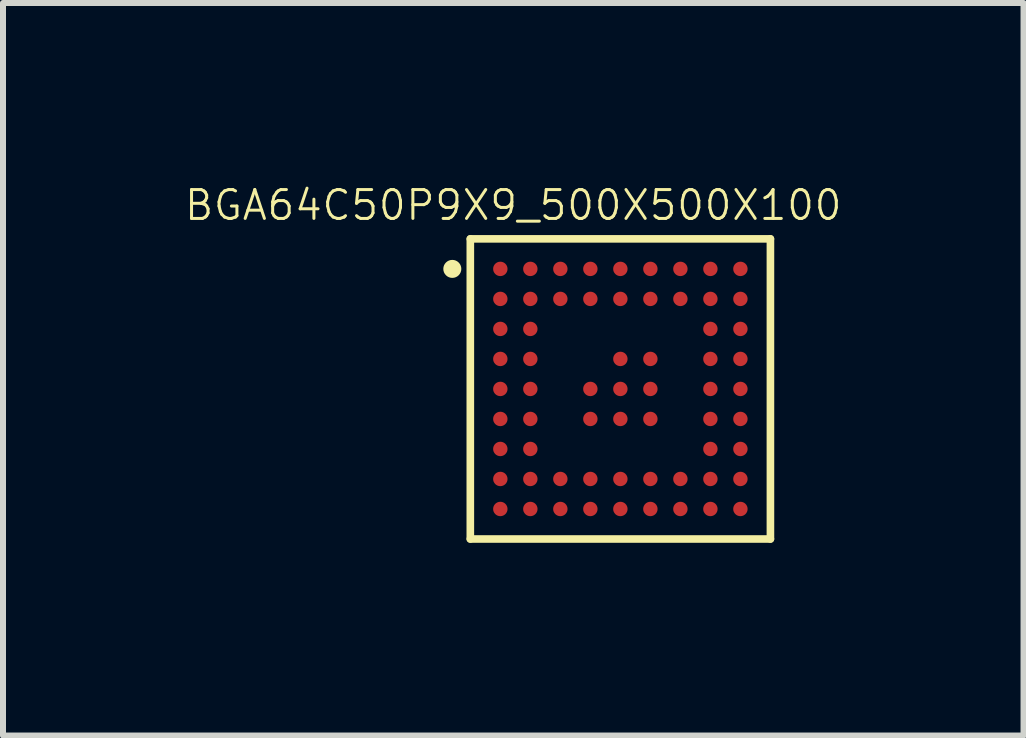
<source format=kicad_pcb>
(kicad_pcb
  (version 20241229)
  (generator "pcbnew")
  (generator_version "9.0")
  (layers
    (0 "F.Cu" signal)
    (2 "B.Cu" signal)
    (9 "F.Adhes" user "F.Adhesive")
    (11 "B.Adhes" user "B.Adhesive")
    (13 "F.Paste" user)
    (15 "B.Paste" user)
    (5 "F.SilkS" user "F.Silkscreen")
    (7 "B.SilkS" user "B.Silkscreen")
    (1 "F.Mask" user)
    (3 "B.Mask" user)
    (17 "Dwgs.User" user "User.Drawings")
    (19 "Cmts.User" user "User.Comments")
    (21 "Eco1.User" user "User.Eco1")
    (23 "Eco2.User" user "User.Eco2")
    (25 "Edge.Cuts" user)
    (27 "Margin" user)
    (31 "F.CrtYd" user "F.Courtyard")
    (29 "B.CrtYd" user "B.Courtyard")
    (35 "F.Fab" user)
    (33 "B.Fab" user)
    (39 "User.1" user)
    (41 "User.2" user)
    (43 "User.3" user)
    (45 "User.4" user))
  (footprint "BGA64C50P9X9_500X500X100"
    (layer "F.Cu")
    (at 7.286 3.43)
    (property "Reference" "BGA64C50P9X9_500X500X100" (at -1.785 -3.061 0) (layer "F.SilkS") (effects (font (size 0.481 0.481) (thickness 0.05))))
    (attr smd)
    (fp_line (start -2.5 -2.5) (end 2.5 -2.5) (stroke (width 0.127) (type solid)) (layer "F.SilkS"))
    (fp_line (start -2.5 2.5) (end -2.5 -2.5) (stroke (width 0.127) (type solid)) (layer "F.SilkS"))
    (fp_line (start 2.5 -2.5) (end 2.5 2.5) (stroke (width 0.127) (type solid)) (layer "F.SilkS"))
    (fp_line (start 2.5 2.5) (end -2.5 2.5) (stroke (width 0.127) (type solid)) (layer "F.SilkS"))
    (fp_circle (center -2.8 -2) (end -2.65 -2) (stroke (width 0) (type solid)) (fill yes) (layer "F.SilkS"))
    (fp_line (start -2.75 -2.75) (end 2.75 -2.75) (stroke (width 0.05) (type solid)) (layer "Eco1.User"))
    (fp_line (start -2.75 2.75) (end -2.75 -2.75) (stroke (width 0.05) (type solid)) (layer "Eco1.User"))
    (fp_line (start 2.75 -2.75) (end 2.75 2.75) (stroke (width 0.05) (type solid)) (layer "Eco1.User"))
    (fp_line (start 2.75 2.75) (end -2.75 2.75) (stroke (width 0.05) (type solid)) (layer "Eco1.User"))
    (fp_line (start -2.5 -2.5) (end -2.5 2.5) (stroke (width 0.127) (type solid)) (layer "Eco2.User"))
    (fp_line (start -2.5 -2.5) (end 2.5 -2.5) (stroke (width 0.127) (type solid)) (layer "Eco2.User"))
    (fp_line (start 2.5 2.5) (end -2.5 2.5) (stroke (width 0.127) (type solid)) (layer "Eco2.User"))
    (fp_line (start 2.5 2.5) (end 2.5 -2.5) (stroke (width 0.127) (type solid)) (layer "Eco2.User"))
    (pad "A1" smd circle (at -2 -2) (size 0.24 0.24) (layers "F.Cu" "F.Mask" "F.Paste"))
    (pad "A2" smd circle (at -1.5 -2) (size 0.24 0.24) (layers "F.Cu" "F.Mask" "F.Paste"))
    (pad "A3" smd circle (at -1 -2) (size 0.24 0.24) (layers "F.Cu" "F.Mask" "F.Paste"))
    (pad "A4" smd circle (at -0.5 -2) (size 0.24 0.24) (layers "F.Cu" "F.Mask" "F.Paste"))
    (pad "A5" smd circle (at 0 -2) (size 0.24 0.24) (layers "F.Cu" "F.Mask" "F.Paste"))
    (pad "A6" smd circle (at 0.5 -2) (size 0.24 0.24) (layers "F.Cu" "F.Mask" "F.Paste"))
    (pad "A7" smd circle (at 1 -2) (size 0.24 0.24) (layers "F.Cu" "F.Mask" "F.Paste"))
    (pad "A8" smd circle (at 1.5 -2) (size 0.24 0.24) (layers "F.Cu" "F.Mask" "F.Paste"))
    (pad "A9" smd circle (at 2 -2) (size 0.24 0.24) (layers "F.Cu" "F.Mask" "F.Paste"))
    (pad "B1" smd circle (at -2 -1.5) (size 0.24 0.24) (layers "F.Cu" "F.Mask" "F.Paste"))
    (pad "B2" smd circle (at -1.5 -1.5) (size 0.24 0.24) (layers "F.Cu" "F.Mask" "F.Paste"))
    (pad "B3" smd circle (at -1 -1.5) (size 0.24 0.24) (layers "F.Cu" "F.Mask" "F.Paste"))
    (pad "B4" smd circle (at -0.5 -1.5) (size 0.24 0.24) (layers "F.Cu" "F.Mask" "F.Paste"))
    (pad "B5" smd circle (at 0 -1.5) (size 0.24 0.24) (layers "F.Cu" "F.Mask" "F.Paste"))
    (pad "B6" smd circle (at 0.5 -1.5) (size 0.24 0.24) (layers "F.Cu" "F.Mask" "F.Paste"))
    (pad "B7" smd circle (at 1 -1.5) (size 0.24 0.24) (layers "F.Cu" "F.Mask" "F.Paste"))
    (pad "B8" smd circle (at 1.5 -1.5) (size 0.24 0.24) (layers "F.Cu" "F.Mask" "F.Paste"))
    (pad "B9" smd circle (at 2 -1.5) (size 0.24 0.24) (layers "F.Cu" "F.Mask" "F.Paste"))
    (pad "C1" smd circle (at -2 -1) (size 0.24 0.24) (layers "F.Cu" "F.Mask" "F.Paste"))
    (pad "C2" smd circle (at -1.5 -1) (size 0.24 0.24) (layers "F.Cu" "F.Mask" "F.Paste"))
    (pad "C8" smd circle (at 1.5 -1) (size 0.24 0.24) (layers "F.Cu" "F.Mask" "F.Paste"))
    (pad "C9" smd circle (at 2 -1) (size 0.24 0.24) (layers "F.Cu" "F.Mask" "F.Paste"))
    (pad "D1" smd circle (at -2 -0.5) (size 0.24 0.24) (layers "F.Cu" "F.Mask" "F.Paste"))
    (pad "D2" smd circle (at -1.5 -0.5) (size 0.24 0.24) (layers "F.Cu" "F.Mask" "F.Paste"))
    (pad "D5" smd circle (at 0 -0.5) (size 0.24 0.24) (layers "F.Cu" "F.Mask" "F.Paste"))
    (pad "D6" smd circle (at 0.5 -0.5) (size 0.24 0.24) (layers "F.Cu" "F.Mask" "F.Paste"))
    (pad "D8" smd circle (at 1.5 -0.5) (size 0.24 0.24) (layers "F.Cu" "F.Mask" "F.Paste"))
    (pad "D9" smd circle (at 2 -0.5) (size 0.24 0.24) (layers "F.Cu" "F.Mask" "F.Paste"))
    (pad "E1" smd circle (at -2 0) (size 0.24 0.24) (layers "F.Cu" "F.Mask" "F.Paste"))
    (pad "E2" smd circle (at -1.5 0) (size 0.24 0.24) (layers "F.Cu" "F.Mask" "F.Paste"))
    (pad "E4" smd circle (at -0.5 0) (size 0.24 0.24) (layers "F.Cu" "F.Mask" "F.Paste"))
    (pad "E5" smd circle (at 0 0) (size 0.24 0.24) (layers "F.Cu" "F.Mask" "F.Paste"))
    (pad "E6" smd circle (at 0.5 0) (size 0.24 0.24) (layers "F.Cu" "F.Mask" "F.Paste"))
    (pad "E8" smd circle (at 1.5 0) (size 0.24 0.24) (layers "F.Cu" "F.Mask" "F.Paste"))
    (pad "E9" smd circle (at 2 0) (size 0.24 0.24) (layers "F.Cu" "F.Mask" "F.Paste"))
    (pad "F1" smd circle (at -2 0.5) (size 0.24 0.24) (layers "F.Cu" "F.Mask" "F.Paste"))
    (pad "F2" smd circle (at -1.5 0.5) (size 0.24 0.24) (layers "F.Cu" "F.Mask" "F.Paste"))
    (pad "F4" smd circle (at -0.5 0.5) (size 0.24 0.24) (layers "F.Cu" "F.Mask" "F.Paste"))
    (pad "F5" smd circle (at 0 0.5) (size 0.24 0.24) (layers "F.Cu" "F.Mask" "F.Paste"))
    (pad "F6" smd circle (at 0.5 0.5) (size 0.24 0.24) (layers "F.Cu" "F.Mask" "F.Paste"))
    (pad "F8" smd circle (at 1.5 0.5) (size 0.24 0.24) (layers "F.Cu" "F.Mask" "F.Paste"))
    (pad "F9" smd circle (at 2 0.5) (size 0.24 0.24) (layers "F.Cu" "F.Mask" "F.Paste"))
    (pad "G1" smd circle (at -2 1) (size 0.24 0.24) (layers "F.Cu" "F.Mask" "F.Paste"))
    (pad "G2" smd circle (at -1.5 1) (size 0.24 0.24) (layers "F.Cu" "F.Mask" "F.Paste"))
    (pad "G8" smd circle (at 1.5 1) (size 0.24 0.24) (layers "F.Cu" "F.Mask" "F.Paste"))
    (pad "G9" smd circle (at 2 1) (size 0.24 0.24) (layers "F.Cu" "F.Mask" "F.Paste"))
    (pad "H1" smd circle (at -2 1.5) (size 0.24 0.24) (layers "F.Cu" "F.Mask" "F.Paste"))
    (pad "H2" smd circle (at -1.5 1.5) (size 0.24 0.24) (layers "F.Cu" "F.Mask" "F.Paste"))
    (pad "H3" smd circle (at -1 1.5) (size 0.24 0.24) (layers "F.Cu" "F.Mask" "F.Paste"))
    (pad "H4" smd circle (at -0.5 1.5) (size 0.24 0.24) (layers "F.Cu" "F.Mask" "F.Paste"))
    (pad "H5" smd circle (at 0 1.5) (size 0.24 0.24) (layers "F.Cu" "F.Mask" "F.Paste"))
    (pad "H6" smd circle (at 0.5 1.5) (size 0.24 0.24) (layers "F.Cu" "F.Mask" "F.Paste"))
    (pad "H7" smd circle (at 1 1.5) (size 0.24 0.24) (layers "F.Cu" "F.Mask" "F.Paste"))
    (pad "H8" smd circle (at 1.5 1.5) (size 0.24 0.24) (layers "F.Cu" "F.Mask" "F.Paste"))
    (pad "H9" smd circle (at 2 1.5) (size 0.24 0.24) (layers "F.Cu" "F.Mask" "F.Paste"))
    (pad "J1" smd circle (at -2 2) (size 0.24 0.24) (layers "F.Cu" "F.Mask" "F.Paste"))
    (pad "J2" smd circle (at -1.5 2) (size 0.24 0.24) (layers "F.Cu" "F.Mask" "F.Paste"))
    (pad "J3" smd circle (at -1 2) (size 0.24 0.24) (layers "F.Cu" "F.Mask" "F.Paste"))
    (pad "J4" smd circle (at -0.5 2) (size 0.24 0.24) (layers "F.Cu" "F.Mask" "F.Paste"))
    (pad "J5" smd circle (at 0 2) (size 0.24 0.24) (layers "F.Cu" "F.Mask" "F.Paste"))
    (pad "J6" smd circle (at 0.5 2) (size 0.24 0.24) (layers "F.Cu" "F.Mask" "F.Paste"))
    (pad "J7" smd circle (at 1 2) (size 0.24 0.24) (layers "F.Cu" "F.Mask" "F.Paste"))
    (pad "J8" smd circle (at 1.5 2) (size 0.24 0.24) (layers "F.Cu" "F.Mask" "F.Paste"))
    (pad "J9" smd circle (at 2 2) (size 0.24 0.24) (layers "F.Cu" "F.Mask" "F.Paste")))
  (gr_rect
    (start -3 -3)
    (end 14.003 9.205)
    (stroke (width 0.1) (type default))
    (fill no)
    (layer "Edge.Cuts")))
</source>
